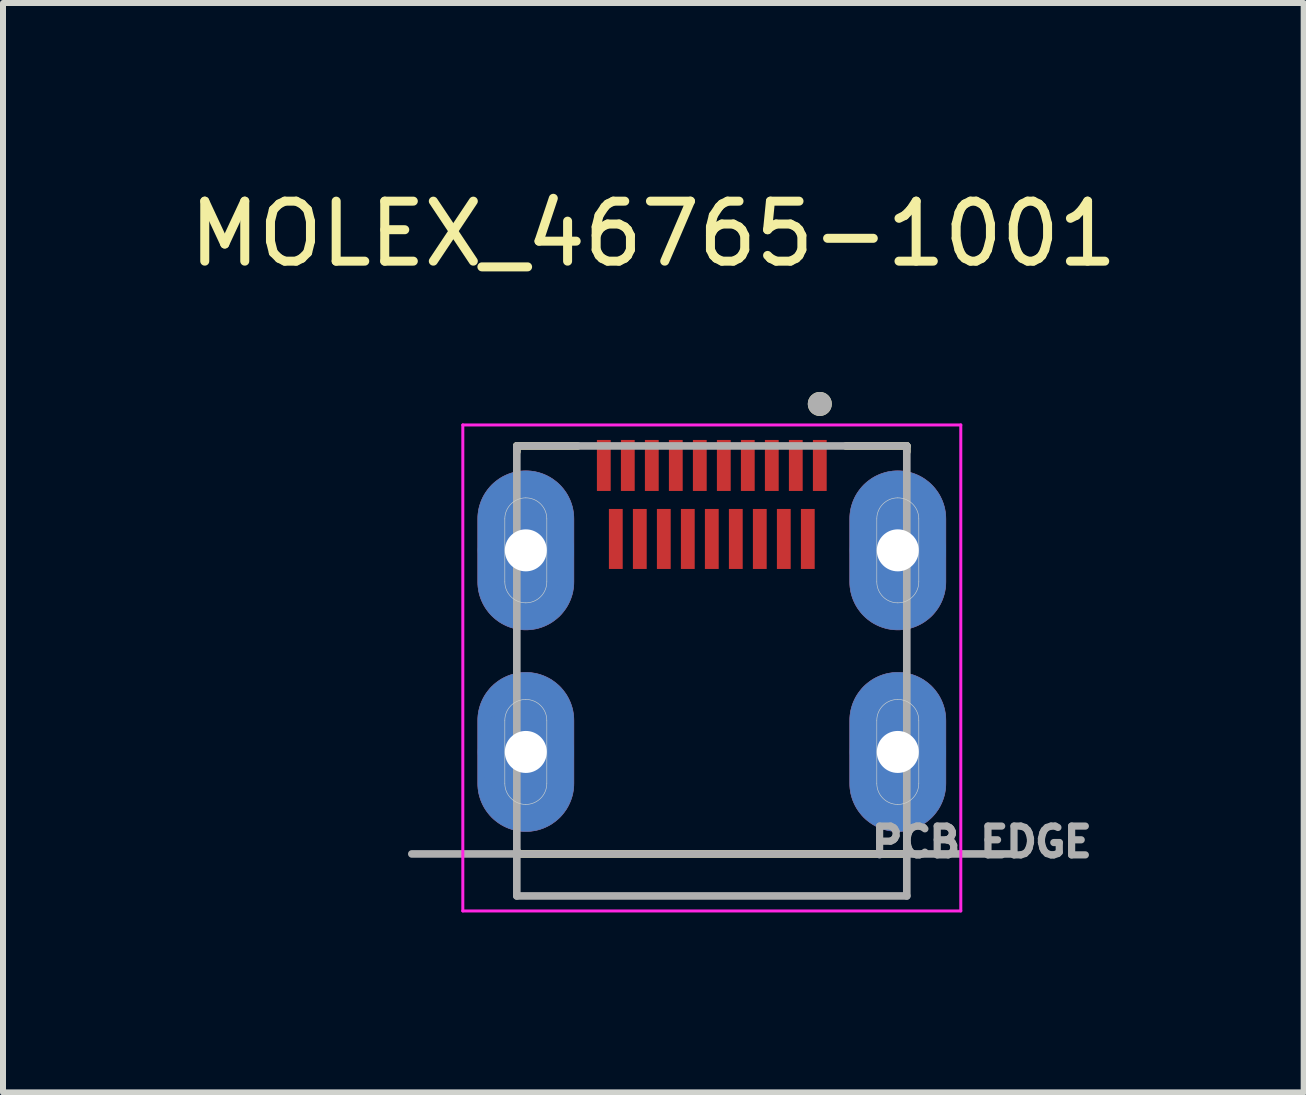
<source format=kicad_pcb>
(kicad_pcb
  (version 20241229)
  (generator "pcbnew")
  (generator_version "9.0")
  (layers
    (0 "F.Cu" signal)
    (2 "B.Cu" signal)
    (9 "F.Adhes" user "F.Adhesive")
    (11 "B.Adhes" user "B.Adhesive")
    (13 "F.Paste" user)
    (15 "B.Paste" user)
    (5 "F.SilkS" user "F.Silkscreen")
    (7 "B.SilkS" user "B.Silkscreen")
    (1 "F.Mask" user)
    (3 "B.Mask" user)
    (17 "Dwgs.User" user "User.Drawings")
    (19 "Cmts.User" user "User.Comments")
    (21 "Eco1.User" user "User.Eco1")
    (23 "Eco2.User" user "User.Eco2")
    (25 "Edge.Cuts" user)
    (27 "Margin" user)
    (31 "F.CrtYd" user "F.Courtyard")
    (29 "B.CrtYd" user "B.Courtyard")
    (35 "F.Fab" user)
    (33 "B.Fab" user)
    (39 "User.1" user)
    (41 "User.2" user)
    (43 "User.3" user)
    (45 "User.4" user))
  (footprint "MOLEX_46765-1001"
    (layer "F.Cu")
    (at 8.814 9.483)
    (property "Reference" "MOLEX_46765-1001" (at -0.975 -8.635 0) (layer "F.SilkS") (effects (font (size 1 1) (thickness 0.15))))
    (attr through_hole)
    (fp_poly (pts (xy -3.1 -2.035) (xy -3.142 -2.036) (xy -3.184 -2.039) (xy -3.225 -2.045) (xy -3.266 -2.052) (xy -3.307 -2.062) (xy -3.347 -2.074) (xy -3.387 -2.088) (xy -3.425 -2.104) (xy -3.463 -2.122) (xy -3.5 -2.142) (xy -3.536 -2.164) (xy -3.57 -2.188) (xy -3.603 -2.213) (xy -3.635 -2.24) (xy -3.666 -2.269) (xy -3.695 -2.3) (xy -3.722 -2.332) (xy -3.747 -2.365) (xy -3.771 -2.399) (xy -3.793 -2.435) (xy -3.813 -2.472) (xy -3.831 -2.51) (xy -3.847 -2.548) (xy -3.861 -2.588) (xy -3.873 -2.628) (xy -3.883 -2.669) (xy -3.89 -2.71) (xy -3.896 -2.751) (xy -3.899 -2.793) (xy -3.9 -2.835) (xy -3.9 -3.885) (xy -3.899 -3.927) (xy -3.896 -3.969) (xy -3.89 -4.01) (xy -3.883 -4.051) (xy -3.873 -4.092) (xy -3.861 -4.132) (xy -3.847 -4.172) (xy -3.831 -4.21) (xy -3.813 -4.248) (xy -3.793 -4.285) (xy -3.771 -4.321) (xy -3.747 -4.355) (xy -3.722 -4.388) (xy -3.695 -4.42) (xy -3.666 -4.451) (xy -3.635 -4.48) (xy -3.603 -4.507) (xy -3.57 -4.532) (xy -3.536 -4.556) (xy -3.5 -4.578) (xy -3.463 -4.598) (xy -3.425 -4.616) (xy -3.387 -4.632) (xy -3.347 -4.646) (xy -3.307 -4.658) (xy -3.266 -4.668) (xy -3.225 -4.675) (xy -3.184 -4.681) (xy -3.142 -4.684) (xy -3.1 -4.685) (xy -3.058 -4.684) (xy -3.016 -4.681) (xy -2.975 -4.675) (xy -2.934 -4.668) (xy -2.893 -4.658) (xy -2.853 -4.646) (xy -2.813 -4.632) (xy -2.775 -4.616) (xy -2.737 -4.598) (xy -2.7 -4.578) (xy -2.664 -4.556) (xy -2.63 -4.532) (xy -2.597 -4.507) (xy -2.565 -4.48) (xy -2.534 -4.451) (xy -2.505 -4.42) (xy -2.478 -4.388) (xy -2.453 -4.355) (xy -2.429 -4.321) (xy -2.407 -4.285) (xy -2.387 -4.248) (xy -2.369 -4.21) (xy -2.353 -4.172) (xy -2.339 -4.132) (xy -2.327 -4.092) (xy -2.317 -4.051) (xy -2.31 -4.01) (xy -2.304 -3.969) (xy -2.301 -3.927) (xy -2.3 -3.885) (xy -2.3 -2.835) (xy -2.301 -2.793) (xy -2.304 -2.751) (xy -2.31 -2.71) (xy -2.317 -2.669) (xy -2.327 -2.628) (xy -2.339 -2.588) (xy -2.353 -2.548) (xy -2.369 -2.51) (xy -2.387 -2.472) (xy -2.407 -2.435) (xy -2.429 -2.399) (xy -2.453 -2.365) (xy -2.478 -2.332) (xy -2.505 -2.3) (xy -2.534 -2.269) (xy -2.565 -2.24) (xy -2.597 -2.213) (xy -2.63 -2.188) (xy -2.664 -2.164) (xy -2.7 -2.142) (xy -2.737 -2.122) (xy -2.775 -2.104) (xy -2.813 -2.088) (xy -2.853 -2.074) (xy -2.893 -2.062) (xy -2.934 -2.052) (xy -2.975 -2.045) (xy -3.016 -2.039) (xy -3.058 -2.036) (xy -3.1 -2.035)) (stroke (width 0.01) (type solid)) (fill yes) (layer "F.Cu"))
    (fp_poly (pts (xy -3.1 1.325) (xy -3.142 1.324) (xy -3.184 1.321) (xy -3.225 1.315) (xy -3.266 1.308) (xy -3.307 1.298) (xy -3.347 1.286) (xy -3.387 1.272) (xy -3.425 1.256) (xy -3.463 1.238) (xy -3.5 1.218) (xy -3.536 1.196) (xy -3.57 1.172) (xy -3.603 1.147) (xy -3.635 1.12) (xy -3.666 1.091) (xy -3.695 1.06) (xy -3.722 1.028) (xy -3.747 0.995) (xy -3.771 0.961) (xy -3.793 0.925) (xy -3.813 0.888) (xy -3.831 0.85) (xy -3.847 0.812) (xy -3.861 0.772) (xy -3.873 0.732) (xy -3.883 0.691) (xy -3.89 0.65) (xy -3.896 0.609) (xy -3.899 0.567) (xy -3.9 0.525) (xy -3.9 -0.525) (xy -3.899 -0.567) (xy -3.896 -0.609) (xy -3.89 -0.65) (xy -3.883 -0.691) (xy -3.873 -0.732) (xy -3.861 -0.772) (xy -3.847 -0.812) (xy -3.831 -0.85) (xy -3.813 -0.888) (xy -3.793 -0.925) (xy -3.771 -0.961) (xy -3.747 -0.995) (xy -3.722 -1.028) (xy -3.695 -1.06) (xy -3.666 -1.091) (xy -3.635 -1.12) (xy -3.603 -1.147) (xy -3.57 -1.172) (xy -3.536 -1.196) (xy -3.5 -1.218) (xy -3.463 -1.238) (xy -3.425 -1.256) (xy -3.387 -1.272) (xy -3.347 -1.286) (xy -3.307 -1.298) (xy -3.266 -1.308) (xy -3.225 -1.315) (xy -3.184 -1.321) (xy -3.142 -1.324) (xy -3.1 -1.325) (xy -3.058 -1.324) (xy -3.016 -1.321) (xy -2.975 -1.315) (xy -2.934 -1.308) (xy -2.893 -1.298) (xy -2.853 -1.286) (xy -2.813 -1.272) (xy -2.775 -1.256) (xy -2.737 -1.238) (xy -2.7 -1.218) (xy -2.664 -1.196) (xy -2.63 -1.172) (xy -2.597 -1.147) (xy -2.565 -1.12) (xy -2.534 -1.091) (xy -2.505 -1.06) (xy -2.478 -1.028) (xy -2.453 -0.995) (xy -2.429 -0.961) (xy -2.407 -0.925) (xy -2.387 -0.888) (xy -2.369 -0.85) (xy -2.353 -0.812) (xy -2.339 -0.772) (xy -2.327 -0.732) (xy -2.317 -0.691) (xy -2.31 -0.65) (xy -2.304 -0.609) (xy -2.301 -0.567) (xy -2.3 -0.525) (xy -2.3 0.525) (xy -2.301 0.567) (xy -2.304 0.609) (xy -2.31 0.65) (xy -2.317 0.691) (xy -2.327 0.732) (xy -2.339 0.772) (xy -2.353 0.812) (xy -2.369 0.85) (xy -2.387 0.888) (xy -2.407 0.925) (xy -2.429 0.961) (xy -2.453 0.995) (xy -2.478 1.028) (xy -2.505 1.06) (xy -2.534 1.091) (xy -2.565 1.12) (xy -2.597 1.147) (xy -2.63 1.172) (xy -2.664 1.196) (xy -2.7 1.218) (xy -2.737 1.238) (xy -2.775 1.256) (xy -2.813 1.272) (xy -2.853 1.286) (xy -2.893 1.298) (xy -2.934 1.308) (xy -2.975 1.315) (xy -3.016 1.321) (xy -3.058 1.324) (xy -3.1 1.325)) (stroke (width 0.01) (type solid)) (fill yes) (layer "F.Cu"))
    (fp_poly (pts (xy 3.1 -2.035) (xy 3.058 -2.036) (xy 3.016 -2.039) (xy 2.975 -2.045) (xy 2.934 -2.052) (xy 2.893 -2.062) (xy 2.853 -2.074) (xy 2.813 -2.088) (xy 2.775 -2.104) (xy 2.737 -2.122) (xy 2.7 -2.142) (xy 2.664 -2.164) (xy 2.63 -2.188) (xy 2.597 -2.213) (xy 2.565 -2.24) (xy 2.534 -2.269) (xy 2.505 -2.3) (xy 2.478 -2.332) (xy 2.453 -2.365) (xy 2.429 -2.399) (xy 2.407 -2.435) (xy 2.387 -2.472) (xy 2.369 -2.51) (xy 2.353 -2.548) (xy 2.339 -2.588) (xy 2.327 -2.628) (xy 2.317 -2.669) (xy 2.31 -2.71) (xy 2.304 -2.751) (xy 2.301 -2.793) (xy 2.3 -2.835) (xy 2.3 -3.885) (xy 2.301 -3.927) (xy 2.304 -3.969) (xy 2.31 -4.01) (xy 2.317 -4.051) (xy 2.327 -4.092) (xy 2.339 -4.132) (xy 2.353 -4.172) (xy 2.369 -4.21) (xy 2.387 -4.248) (xy 2.407 -4.285) (xy 2.429 -4.321) (xy 2.453 -4.355) (xy 2.478 -4.388) (xy 2.505 -4.42) (xy 2.534 -4.451) (xy 2.565 -4.48) (xy 2.597 -4.507) (xy 2.63 -4.532) (xy 2.664 -4.556) (xy 2.7 -4.578) (xy 2.737 -4.598) (xy 2.775 -4.616) (xy 2.813 -4.632) (xy 2.853 -4.646) (xy 2.893 -4.658) (xy 2.934 -4.668) (xy 2.975 -4.675) (xy 3.016 -4.681) (xy 3.058 -4.684) (xy 3.1 -4.685) (xy 3.142 -4.684) (xy 3.184 -4.681) (xy 3.225 -4.675) (xy 3.266 -4.668) (xy 3.307 -4.658) (xy 3.347 -4.646) (xy 3.387 -4.632) (xy 3.425 -4.616) (xy 3.463 -4.598) (xy 3.5 -4.578) (xy 3.536 -4.556) (xy 3.57 -4.532) (xy 3.603 -4.507) (xy 3.635 -4.48) (xy 3.666 -4.451) (xy 3.695 -4.42) (xy 3.722 -4.388) (xy 3.747 -4.355) (xy 3.771 -4.321) (xy 3.793 -4.285) (xy 3.813 -4.248) (xy 3.831 -4.21) (xy 3.847 -4.172) (xy 3.861 -4.132) (xy 3.873 -4.092) (xy 3.883 -4.051) (xy 3.89 -4.01) (xy 3.896 -3.969) (xy 3.899 -3.927) (xy 3.9 -3.885) (xy 3.9 -2.835) (xy 3.899 -2.793) (xy 3.896 -2.751) (xy 3.89 -2.71) (xy 3.883 -2.669) (xy 3.873 -2.628) (xy 3.861 -2.588) (xy 3.847 -2.548) (xy 3.831 -2.51) (xy 3.813 -2.472) (xy 3.793 -2.435) (xy 3.771 -2.399) (xy 3.747 -2.365) (xy 3.722 -2.332) (xy 3.695 -2.3) (xy 3.666 -2.269) (xy 3.635 -2.24) (xy 3.603 -2.213) (xy 3.57 -2.188) (xy 3.536 -2.164) (xy 3.5 -2.142) (xy 3.463 -2.122) (xy 3.425 -2.104) (xy 3.387 -2.088) (xy 3.347 -2.074) (xy 3.307 -2.062) (xy 3.266 -2.052) (xy 3.225 -2.045) (xy 3.184 -2.039) (xy 3.142 -2.036) (xy 3.1 -2.035)) (stroke (width 0.01) (type solid)) (fill yes) (layer "F.Cu"))
    (fp_poly (pts (xy 3.1 1.325) (xy 3.058 1.324) (xy 3.016 1.321) (xy 2.975 1.315) (xy 2.934 1.308) (xy 2.893 1.298) (xy 2.853 1.286) (xy 2.813 1.272) (xy 2.775 1.256) (xy 2.737 1.238) (xy 2.7 1.218) (xy 2.664 1.196) (xy 2.63 1.172) (xy 2.597 1.147) (xy 2.565 1.12) (xy 2.534 1.091) (xy 2.505 1.06) (xy 2.478 1.028) (xy 2.453 0.995) (xy 2.429 0.961) (xy 2.407 0.925) (xy 2.387 0.888) (xy 2.369 0.85) (xy 2.353 0.812) (xy 2.339 0.772) (xy 2.327 0.732) (xy 2.317 0.691) (xy 2.31 0.65) (xy 2.304 0.609) (xy 2.301 0.567) (xy 2.3 0.525) (xy 2.3 -0.525) (xy 2.301 -0.567) (xy 2.304 -0.609) (xy 2.31 -0.65) (xy 2.317 -0.691) (xy 2.327 -0.732) (xy 2.339 -0.772) (xy 2.353 -0.812) (xy 2.369 -0.85) (xy 2.387 -0.888) (xy 2.407 -0.925) (xy 2.429 -0.961) (xy 2.453 -0.995) (xy 2.478 -1.028) (xy 2.505 -1.06) (xy 2.534 -1.091) (xy 2.565 -1.12) (xy 2.597 -1.147) (xy 2.63 -1.172) (xy 2.664 -1.196) (xy 2.7 -1.218) (xy 2.737 -1.238) (xy 2.775 -1.256) (xy 2.813 -1.272) (xy 2.853 -1.286) (xy 2.893 -1.298) (xy 2.934 -1.308) (xy 2.975 -1.315) (xy 3.016 -1.321) (xy 3.058 -1.324) (xy 3.1 -1.325) (xy 3.142 -1.324) (xy 3.184 -1.321) (xy 3.225 -1.315) (xy 3.266 -1.308) (xy 3.307 -1.298) (xy 3.347 -1.286) (xy 3.387 -1.272) (xy 3.425 -1.256) (xy 3.463 -1.238) (xy 3.5 -1.218) (xy 3.536 -1.196) (xy 3.57 -1.172) (xy 3.603 -1.147) (xy 3.635 -1.12) (xy 3.666 -1.091) (xy 3.695 -1.06) (xy 3.722 -1.028) (xy 3.747 -0.995) (xy 3.771 -0.961) (xy 3.793 -0.925) (xy 3.813 -0.888) (xy 3.831 -0.85) (xy 3.847 -0.812) (xy 3.861 -0.772) (xy 3.873 -0.732) (xy 3.883 -0.691) (xy 3.89 -0.65) (xy 3.896 -0.609) (xy 3.899 -0.567) (xy 3.9 -0.525) (xy 3.9 0.525) (xy 3.899 0.567) (xy 3.896 0.609) (xy 3.89 0.65) (xy 3.883 0.691) (xy 3.873 0.732) (xy 3.861 0.772) (xy 3.847 0.812) (xy 3.831 0.85) (xy 3.813 0.888) (xy 3.793 0.925) (xy 3.771 0.961) (xy 3.747 0.995) (xy 3.722 1.028) (xy 3.695 1.06) (xy 3.666 1.091) (xy 3.635 1.12) (xy 3.603 1.147) (xy 3.57 1.172) (xy 3.536 1.196) (xy 3.5 1.218) (xy 3.463 1.238) (xy 3.425 1.256) (xy 3.387 1.272) (xy 3.347 1.286) (xy 3.307 1.298) (xy 3.266 1.308) (xy 3.225 1.315) (xy 3.184 1.321) (xy 3.142 1.324) (xy 3.1 1.325)) (stroke (width 0.01) (type solid)) (fill yes) (layer "F.Cu"))
    (fp_poly (pts (xy -3.1 -1.935) (xy -3.147 -1.936) (xy -3.194 -1.94) (xy -3.241 -1.946) (xy -3.287 -1.955) (xy -3.333 -1.966) (xy -3.378 -1.979) (xy -3.423 -1.995) (xy -3.466 -2.013) (xy -3.509 -2.033) (xy -3.55 -2.056) (xy -3.59 -2.08) (xy -3.629 -2.107) (xy -3.666 -2.136) (xy -3.702 -2.166) (xy -3.736 -2.199) (xy -3.769 -2.233) (xy -3.799 -2.269) (xy -3.828 -2.306) (xy -3.855 -2.345) (xy -3.879 -2.385) (xy -3.902 -2.426) (xy -3.922 -2.469) (xy -3.94 -2.512) (xy -3.956 -2.557) (xy -3.969 -2.602) (xy -3.98 -2.648) (xy -3.989 -2.694) (xy -3.995 -2.741) (xy -3.999 -2.788) (xy -4 -2.835) (xy -4 -3.885) (xy -3.999 -3.932) (xy -3.995 -3.979) (xy -3.989 -4.026) (xy -3.98 -4.072) (xy -3.969 -4.118) (xy -3.956 -4.163) (xy -3.94 -4.208) (xy -3.922 -4.251) (xy -3.902 -4.294) (xy -3.879 -4.335) (xy -3.855 -4.375) (xy -3.828 -4.414) (xy -3.799 -4.451) (xy -3.769 -4.487) (xy -3.736 -4.521) (xy -3.702 -4.554) (xy -3.666 -4.584) (xy -3.629 -4.613) (xy -3.59 -4.64) (xy -3.55 -4.664) (xy -3.509 -4.687) (xy -3.466 -4.707) (xy -3.423 -4.725) (xy -3.378 -4.741) (xy -3.333 -4.754) (xy -3.287 -4.765) (xy -3.241 -4.774) (xy -3.194 -4.78) (xy -3.147 -4.784) (xy -3.1 -4.785) (xy -3.053 -4.784) (xy -3.006 -4.78) (xy -2.959 -4.774) (xy -2.913 -4.765) (xy -2.867 -4.754) (xy -2.822 -4.741) (xy -2.777 -4.725) (xy -2.734 -4.707) (xy -2.691 -4.687) (xy -2.65 -4.664) (xy -2.61 -4.64) (xy -2.571 -4.613) (xy -2.534 -4.584) (xy -2.498 -4.554) (xy -2.464 -4.521) (xy -2.431 -4.487) (xy -2.401 -4.451) (xy -2.372 -4.414) (xy -2.345 -4.375) (xy -2.321 -4.335) (xy -2.298 -4.294) (xy -2.278 -4.251) (xy -2.26 -4.208) (xy -2.244 -4.163) (xy -2.231 -4.118) (xy -2.22 -4.072) (xy -2.211 -4.026) (xy -2.205 -3.979) (xy -2.201 -3.932) (xy -2.2 -3.885) (xy -2.2 -2.835) (xy -2.201 -2.788) (xy -2.205 -2.741) (xy -2.211 -2.694) (xy -2.22 -2.648) (xy -2.231 -2.602) (xy -2.244 -2.557) (xy -2.26 -2.512) (xy -2.278 -2.469) (xy -2.298 -2.426) (xy -2.321 -2.385) (xy -2.345 -2.345) (xy -2.372 -2.306) (xy -2.401 -2.269) (xy -2.431 -2.233) (xy -2.464 -2.199) (xy -2.498 -2.166) (xy -2.534 -2.136) (xy -2.571 -2.107) (xy -2.61 -2.08) (xy -2.65 -2.056) (xy -2.691 -2.033) (xy -2.734 -2.013) (xy -2.777 -1.995) (xy -2.822 -1.979) (xy -2.867 -1.966) (xy -2.913 -1.955) (xy -2.959 -1.946) (xy -3.006 -1.94) (xy -3.053 -1.936) (xy -3.1 -1.935)) (stroke (width 0.01) (type solid)) (fill yes) (layer "F.Mask"))
    (fp_poly (pts (xy -3.1 1.425) (xy -3.147 1.424) (xy -3.194 1.42) (xy -3.241 1.414) (xy -3.287 1.405) (xy -3.333 1.394) (xy -3.378 1.381) (xy -3.423 1.365) (xy -3.466 1.347) (xy -3.509 1.327) (xy -3.55 1.304) (xy -3.59 1.28) (xy -3.629 1.253) (xy -3.666 1.224) (xy -3.702 1.194) (xy -3.736 1.161) (xy -3.769 1.127) (xy -3.799 1.091) (xy -3.828 1.054) (xy -3.855 1.015) (xy -3.879 0.975) (xy -3.902 0.934) (xy -3.922 0.891) (xy -3.94 0.848) (xy -3.956 0.803) (xy -3.969 0.758) (xy -3.98 0.712) (xy -3.989 0.666) (xy -3.995 0.619) (xy -3.999 0.572) (xy -4 0.525) (xy -4 -0.525) (xy -3.999 -0.572) (xy -3.995 -0.619) (xy -3.989 -0.666) (xy -3.98 -0.712) (xy -3.969 -0.758) (xy -3.956 -0.803) (xy -3.94 -0.848) (xy -3.922 -0.891) (xy -3.902 -0.934) (xy -3.879 -0.975) (xy -3.855 -1.015) (xy -3.828 -1.054) (xy -3.799 -1.091) (xy -3.769 -1.127) (xy -3.736 -1.161) (xy -3.702 -1.194) (xy -3.666 -1.224) (xy -3.629 -1.253) (xy -3.59 -1.28) (xy -3.55 -1.304) (xy -3.509 -1.327) (xy -3.466 -1.347) (xy -3.423 -1.365) (xy -3.378 -1.381) (xy -3.333 -1.394) (xy -3.287 -1.405) (xy -3.241 -1.414) (xy -3.194 -1.42) (xy -3.147 -1.424) (xy -3.1 -1.425) (xy -3.053 -1.424) (xy -3.006 -1.42) (xy -2.959 -1.414) (xy -2.913 -1.405) (xy -2.867 -1.394) (xy -2.822 -1.381) (xy -2.777 -1.365) (xy -2.734 -1.347) (xy -2.691 -1.327) (xy -2.65 -1.304) (xy -2.61 -1.28) (xy -2.571 -1.253) (xy -2.534 -1.224) (xy -2.498 -1.194) (xy -2.464 -1.161) (xy -2.431 -1.127) (xy -2.401 -1.091) (xy -2.372 -1.054) (xy -2.345 -1.015) (xy -2.321 -0.975) (xy -2.298 -0.934) (xy -2.278 -0.891) (xy -2.26 -0.848) (xy -2.244 -0.803) (xy -2.231 -0.758) (xy -2.22 -0.712) (xy -2.211 -0.666) (xy -2.205 -0.619) (xy -2.201 -0.572) (xy -2.2 -0.525) (xy -2.2 0.525) (xy -2.201 0.572) (xy -2.205 0.619) (xy -2.211 0.666) (xy -2.22 0.712) (xy -2.231 0.758) (xy -2.244 0.803) (xy -2.26 0.848) (xy -2.278 0.891) (xy -2.298 0.934) (xy -2.321 0.975) (xy -2.345 1.015) (xy -2.372 1.054) (xy -2.401 1.091) (xy -2.431 1.127) (xy -2.464 1.161) (xy -2.498 1.194) (xy -2.534 1.224) (xy -2.571 1.253) (xy -2.61 1.28) (xy -2.65 1.304) (xy -2.691 1.327) (xy -2.734 1.347) (xy -2.777 1.365) (xy -2.822 1.381) (xy -2.867 1.394) (xy -2.913 1.405) (xy -2.959 1.414) (xy -3.006 1.42) (xy -3.053 1.424) (xy -3.1 1.425)) (stroke (width 0.01) (type solid)) (fill yes) (layer "F.Mask"))
    (fp_poly (pts (xy 3.1 -1.935) (xy 3.053 -1.936) (xy 3.006 -1.94) (xy 2.959 -1.946) (xy 2.913 -1.955) (xy 2.867 -1.966) (xy 2.822 -1.979) (xy 2.777 -1.995) (xy 2.734 -2.013) (xy 2.691 -2.033) (xy 2.65 -2.056) (xy 2.61 -2.08) (xy 2.571 -2.107) (xy 2.534 -2.136) (xy 2.498 -2.166) (xy 2.464 -2.199) (xy 2.431 -2.233) (xy 2.401 -2.269) (xy 2.372 -2.306) (xy 2.345 -2.345) (xy 2.321 -2.385) (xy 2.298 -2.426) (xy 2.278 -2.469) (xy 2.26 -2.512) (xy 2.244 -2.557) (xy 2.231 -2.602) (xy 2.22 -2.648) (xy 2.211 -2.694) (xy 2.205 -2.741) (xy 2.201 -2.788) (xy 2.2 -2.835) (xy 2.2 -3.885) (xy 2.201 -3.932) (xy 2.205 -3.979) (xy 2.211 -4.026) (xy 2.22 -4.072) (xy 2.231 -4.118) (xy 2.244 -4.163) (xy 2.26 -4.208) (xy 2.278 -4.251) (xy 2.298 -4.294) (xy 2.321 -4.335) (xy 2.345 -4.375) (xy 2.372 -4.414) (xy 2.401 -4.451) (xy 2.431 -4.487) (xy 2.464 -4.521) (xy 2.498 -4.554) (xy 2.534 -4.584) (xy 2.571 -4.613) (xy 2.61 -4.64) (xy 2.65 -4.664) (xy 2.691 -4.687) (xy 2.734 -4.707) (xy 2.777 -4.725) (xy 2.822 -4.741) (xy 2.867 -4.754) (xy 2.913 -4.765) (xy 2.959 -4.774) (xy 3.006 -4.78) (xy 3.053 -4.784) (xy 3.1 -4.785) (xy 3.147 -4.784) (xy 3.194 -4.78) (xy 3.241 -4.774) (xy 3.287 -4.765) (xy 3.333 -4.754) (xy 3.378 -4.741) (xy 3.423 -4.725) (xy 3.466 -4.707) (xy 3.509 -4.687) (xy 3.55 -4.664) (xy 3.59 -4.64) (xy 3.629 -4.613) (xy 3.666 -4.584) (xy 3.702 -4.554) (xy 3.736 -4.521) (xy 3.769 -4.487) (xy 3.799 -4.451) (xy 3.828 -4.414) (xy 3.855 -4.375) (xy 3.879 -4.335) (xy 3.902 -4.294) (xy 3.922 -4.251) (xy 3.94 -4.208) (xy 3.956 -4.163) (xy 3.969 -4.118) (xy 3.98 -4.072) (xy 3.989 -4.026) (xy 3.995 -3.979) (xy 3.999 -3.932) (xy 4 -3.885) (xy 4 -2.835) (xy 3.999 -2.788) (xy 3.995 -2.741) (xy 3.989 -2.694) (xy 3.98 -2.648) (xy 3.969 -2.602) (xy 3.956 -2.557) (xy 3.94 -2.512) (xy 3.922 -2.469) (xy 3.902 -2.426) (xy 3.879 -2.385) (xy 3.855 -2.345) (xy 3.828 -2.306) (xy 3.799 -2.269) (xy 3.769 -2.233) (xy 3.736 -2.199) (xy 3.702 -2.166) (xy 3.666 -2.136) (xy 3.629 -2.107) (xy 3.59 -2.08) (xy 3.55 -2.056) (xy 3.509 -2.033) (xy 3.466 -2.013) (xy 3.423 -1.995) (xy 3.378 -1.979) (xy 3.333 -1.966) (xy 3.287 -1.955) (xy 3.241 -1.946) (xy 3.194 -1.94) (xy 3.147 -1.936) (xy 3.1 -1.935)) (stroke (width 0.01) (type solid)) (fill yes) (layer "F.Mask"))
    (fp_poly (pts (xy 3.1 1.425) (xy 3.053 1.424) (xy 3.006 1.42) (xy 2.959 1.414) (xy 2.913 1.405) (xy 2.867 1.394) (xy 2.822 1.381) (xy 2.777 1.365) (xy 2.734 1.347) (xy 2.691 1.327) (xy 2.65 1.304) (xy 2.61 1.28) (xy 2.571 1.253) (xy 2.534 1.224) (xy 2.498 1.194) (xy 2.464 1.161) (xy 2.431 1.127) (xy 2.401 1.091) (xy 2.372 1.054) (xy 2.345 1.015) (xy 2.321 0.975) (xy 2.298 0.934) (xy 2.278 0.891) (xy 2.26 0.848) (xy 2.244 0.803) (xy 2.231 0.758) (xy 2.22 0.712) (xy 2.211 0.666) (xy 2.205 0.619) (xy 2.201 0.572) (xy 2.2 0.525) (xy 2.2 -0.525) (xy 2.201 -0.572) (xy 2.205 -0.619) (xy 2.211 -0.666) (xy 2.22 -0.712) (xy 2.231 -0.758) (xy 2.244 -0.803) (xy 2.26 -0.848) (xy 2.278 -0.891) (xy 2.298 -0.934) (xy 2.321 -0.975) (xy 2.345 -1.015) (xy 2.372 -1.054) (xy 2.401 -1.091) (xy 2.431 -1.127) (xy 2.464 -1.161) (xy 2.498 -1.194) (xy 2.534 -1.224) (xy 2.571 -1.253) (xy 2.61 -1.28) (xy 2.65 -1.304) (xy 2.691 -1.327) (xy 2.734 -1.347) (xy 2.777 -1.365) (xy 2.822 -1.381) (xy 2.867 -1.394) (xy 2.913 -1.405) (xy 2.959 -1.414) (xy 3.006 -1.42) (xy 3.053 -1.424) (xy 3.1 -1.425) (xy 3.147 -1.424) (xy 3.194 -1.42) (xy 3.241 -1.414) (xy 3.287 -1.405) (xy 3.333 -1.394) (xy 3.378 -1.381) (xy 3.423 -1.365) (xy 3.466 -1.347) (xy 3.509 -1.327) (xy 3.55 -1.304) (xy 3.59 -1.28) (xy 3.629 -1.253) (xy 3.666 -1.224) (xy 3.702 -1.194) (xy 3.736 -1.161) (xy 3.769 -1.127) (xy 3.799 -1.091) (xy 3.828 -1.054) (xy 3.855 -1.015) (xy 3.879 -0.975) (xy 3.902 -0.934) (xy 3.922 -0.891) (xy 3.94 -0.848) (xy 3.956 -0.803) (xy 3.969 -0.758) (xy 3.98 -0.712) (xy 3.989 -0.666) (xy 3.995 -0.619) (xy 3.999 -0.572) (xy 4 -0.525) (xy 4 0.525) (xy 3.999 0.572) (xy 3.995 0.619) (xy 3.989 0.666) (xy 3.98 0.712) (xy 3.969 0.758) (xy 3.956 0.803) (xy 3.94 0.848) (xy 3.922 0.891) (xy 3.902 0.934) (xy 3.879 0.975) (xy 3.855 1.015) (xy 3.828 1.054) (xy 3.799 1.091) (xy 3.769 1.127) (xy 3.736 1.161) (xy 3.702 1.194) (xy 3.666 1.224) (xy 3.629 1.253) (xy 3.59 1.28) (xy 3.55 1.304) (xy 3.509 1.327) (xy 3.466 1.347) (xy 3.423 1.365) (xy 3.378 1.381) (xy 3.333 1.394) (xy 3.287 1.405) (xy 3.241 1.414) (xy 3.194 1.42) (xy 3.147 1.424) (xy 3.1 1.425)) (stroke (width 0.01) (type solid)) (fill yes) (layer "F.Mask"))
    (fp_poly (pts (xy -3.1 -2.035) (xy -3.142 -2.036) (xy -3.184 -2.039) (xy -3.225 -2.045) (xy -3.266 -2.052) (xy -3.307 -2.062) (xy -3.347 -2.074) (xy -3.387 -2.088) (xy -3.425 -2.104) (xy -3.463 -2.122) (xy -3.5 -2.142) (xy -3.536 -2.164) (xy -3.57 -2.188) (xy -3.603 -2.213) (xy -3.635 -2.24) (xy -3.666 -2.269) (xy -3.695 -2.3) (xy -3.722 -2.332) (xy -3.747 -2.365) (xy -3.771 -2.399) (xy -3.793 -2.435) (xy -3.813 -2.472) (xy -3.831 -2.51) (xy -3.847 -2.548) (xy -3.861 -2.588) (xy -3.873 -2.628) (xy -3.883 -2.669) (xy -3.89 -2.71) (xy -3.896 -2.751) (xy -3.899 -2.793) (xy -3.9 -2.835) (xy -3.9 -3.885) (xy -3.899 -3.927) (xy -3.896 -3.969) (xy -3.89 -4.01) (xy -3.883 -4.051) (xy -3.873 -4.092) (xy -3.861 -4.132) (xy -3.847 -4.172) (xy -3.831 -4.21) (xy -3.813 -4.248) (xy -3.793 -4.285) (xy -3.771 -4.321) (xy -3.747 -4.355) (xy -3.722 -4.388) (xy -3.695 -4.42) (xy -3.666 -4.451) (xy -3.635 -4.48) (xy -3.603 -4.507) (xy -3.57 -4.532) (xy -3.536 -4.556) (xy -3.5 -4.578) (xy -3.463 -4.598) (xy -3.425 -4.616) (xy -3.387 -4.632) (xy -3.347 -4.646) (xy -3.307 -4.658) (xy -3.266 -4.668) (xy -3.225 -4.675) (xy -3.184 -4.681) (xy -3.142 -4.684) (xy -3.1 -4.685) (xy -3.058 -4.684) (xy -3.016 -4.681) (xy -2.975 -4.675) (xy -2.934 -4.668) (xy -2.893 -4.658) (xy -2.853 -4.646) (xy -2.813 -4.632) (xy -2.775 -4.616) (xy -2.737 -4.598) (xy -2.7 -4.578) (xy -2.664 -4.556) (xy -2.63 -4.532) (xy -2.597 -4.507) (xy -2.565 -4.48) (xy -2.534 -4.451) (xy -2.505 -4.42) (xy -2.478 -4.388) (xy -2.453 -4.355) (xy -2.429 -4.321) (xy -2.407 -4.285) (xy -2.387 -4.248) (xy -2.369 -4.21) (xy -2.353 -4.172) (xy -2.339 -4.132) (xy -2.327 -4.092) (xy -2.317 -4.051) (xy -2.31 -4.01) (xy -2.304 -3.969) (xy -2.301 -3.927) (xy -2.3 -3.885) (xy -2.3 -2.835) (xy -2.301 -2.793) (xy -2.304 -2.751) (xy -2.31 -2.71) (xy -2.317 -2.669) (xy -2.327 -2.628) (xy -2.339 -2.588) (xy -2.353 -2.548) (xy -2.369 -2.51) (xy -2.387 -2.472) (xy -2.407 -2.435) (xy -2.429 -2.399) (xy -2.453 -2.365) (xy -2.478 -2.332) (xy -2.505 -2.3) (xy -2.534 -2.269) (xy -2.565 -2.24) (xy -2.597 -2.213) (xy -2.63 -2.188) (xy -2.664 -2.164) (xy -2.7 -2.142) (xy -2.737 -2.122) (xy -2.775 -2.104) (xy -2.813 -2.088) (xy -2.853 -2.074) (xy -2.893 -2.062) (xy -2.934 -2.052) (xy -2.975 -2.045) (xy -3.016 -2.039) (xy -3.058 -2.036) (xy -3.1 -2.035)) (stroke (width 0.01) (type solid)) (fill yes) (layer "B.Cu"))
    (fp_poly (pts (xy -3.1 1.325) (xy -3.142 1.324) (xy -3.184 1.321) (xy -3.225 1.315) (xy -3.266 1.308) (xy -3.307 1.298) (xy -3.347 1.286) (xy -3.387 1.272) (xy -3.425 1.256) (xy -3.463 1.238) (xy -3.5 1.218) (xy -3.536 1.196) (xy -3.57 1.172) (xy -3.603 1.147) (xy -3.635 1.12) (xy -3.666 1.091) (xy -3.695 1.06) (xy -3.722 1.028) (xy -3.747 0.995) (xy -3.771 0.961) (xy -3.793 0.925) (xy -3.813 0.888) (xy -3.831 0.85) (xy -3.847 0.812) (xy -3.861 0.772) (xy -3.873 0.732) (xy -3.883 0.691) (xy -3.89 0.65) (xy -3.896 0.609) (xy -3.899 0.567) (xy -3.9 0.525) (xy -3.9 -0.525) (xy -3.899 -0.567) (xy -3.896 -0.609) (xy -3.89 -0.65) (xy -3.883 -0.691) (xy -3.873 -0.732) (xy -3.861 -0.772) (xy -3.847 -0.812) (xy -3.831 -0.85) (xy -3.813 -0.888) (xy -3.793 -0.925) (xy -3.771 -0.961) (xy -3.747 -0.995) (xy -3.722 -1.028) (xy -3.695 -1.06) (xy -3.666 -1.091) (xy -3.635 -1.12) (xy -3.603 -1.147) (xy -3.57 -1.172) (xy -3.536 -1.196) (xy -3.5 -1.218) (xy -3.463 -1.238) (xy -3.425 -1.256) (xy -3.387 -1.272) (xy -3.347 -1.286) (xy -3.307 -1.298) (xy -3.266 -1.308) (xy -3.225 -1.315) (xy -3.184 -1.321) (xy -3.142 -1.324) (xy -3.1 -1.325) (xy -3.058 -1.324) (xy -3.016 -1.321) (xy -2.975 -1.315) (xy -2.934 -1.308) (xy -2.893 -1.298) (xy -2.853 -1.286) (xy -2.813 -1.272) (xy -2.775 -1.256) (xy -2.737 -1.238) (xy -2.7 -1.218) (xy -2.664 -1.196) (xy -2.63 -1.172) (xy -2.597 -1.147) (xy -2.565 -1.12) (xy -2.534 -1.091) (xy -2.505 -1.06) (xy -2.478 -1.028) (xy -2.453 -0.995) (xy -2.429 -0.961) (xy -2.407 -0.925) (xy -2.387 -0.888) (xy -2.369 -0.85) (xy -2.353 -0.812) (xy -2.339 -0.772) (xy -2.327 -0.732) (xy -2.317 -0.691) (xy -2.31 -0.65) (xy -2.304 -0.609) (xy -2.301 -0.567) (xy -2.3 -0.525) (xy -2.3 0.525) (xy -2.301 0.567) (xy -2.304 0.609) (xy -2.31 0.65) (xy -2.317 0.691) (xy -2.327 0.732) (xy -2.339 0.772) (xy -2.353 0.812) (xy -2.369 0.85) (xy -2.387 0.888) (xy -2.407 0.925) (xy -2.429 0.961) (xy -2.453 0.995) (xy -2.478 1.028) (xy -2.505 1.06) (xy -2.534 1.091) (xy -2.565 1.12) (xy -2.597 1.147) (xy -2.63 1.172) (xy -2.664 1.196) (xy -2.7 1.218) (xy -2.737 1.238) (xy -2.775 1.256) (xy -2.813 1.272) (xy -2.853 1.286) (xy -2.893 1.298) (xy -2.934 1.308) (xy -2.975 1.315) (xy -3.016 1.321) (xy -3.058 1.324) (xy -3.1 1.325)) (stroke (width 0.01) (type solid)) (fill yes) (layer "B.Cu"))
    (fp_poly (pts (xy 3.1 -2.035) (xy 3.058 -2.036) (xy 3.016 -2.039) (xy 2.975 -2.045) (xy 2.934 -2.052) (xy 2.893 -2.062) (xy 2.853 -2.074) (xy 2.813 -2.088) (xy 2.775 -2.104) (xy 2.737 -2.122) (xy 2.7 -2.142) (xy 2.664 -2.164) (xy 2.63 -2.188) (xy 2.597 -2.213) (xy 2.565 -2.24) (xy 2.534 -2.269) (xy 2.505 -2.3) (xy 2.478 -2.332) (xy 2.453 -2.365) (xy 2.429 -2.399) (xy 2.407 -2.435) (xy 2.387 -2.472) (xy 2.369 -2.51) (xy 2.353 -2.548) (xy 2.339 -2.588) (xy 2.327 -2.628) (xy 2.317 -2.669) (xy 2.31 -2.71) (xy 2.304 -2.751) (xy 2.301 -2.793) (xy 2.3 -2.835) (xy 2.3 -3.885) (xy 2.301 -3.927) (xy 2.304 -3.969) (xy 2.31 -4.01) (xy 2.317 -4.051) (xy 2.327 -4.092) (xy 2.339 -4.132) (xy 2.353 -4.172) (xy 2.369 -4.21) (xy 2.387 -4.248) (xy 2.407 -4.285) (xy 2.429 -4.321) (xy 2.453 -4.355) (xy 2.478 -4.388) (xy 2.505 -4.42) (xy 2.534 -4.451) (xy 2.565 -4.48) (xy 2.597 -4.507) (xy 2.63 -4.532) (xy 2.664 -4.556) (xy 2.7 -4.578) (xy 2.737 -4.598) (xy 2.775 -4.616) (xy 2.813 -4.632) (xy 2.853 -4.646) (xy 2.893 -4.658) (xy 2.934 -4.668) (xy 2.975 -4.675) (xy 3.016 -4.681) (xy 3.058 -4.684) (xy 3.1 -4.685) (xy 3.142 -4.684) (xy 3.184 -4.681) (xy 3.225 -4.675) (xy 3.266 -4.668) (xy 3.307 -4.658) (xy 3.347 -4.646) (xy 3.387 -4.632) (xy 3.425 -4.616) (xy 3.463 -4.598) (xy 3.5 -4.578) (xy 3.536 -4.556) (xy 3.57 -4.532) (xy 3.603 -4.507) (xy 3.635 -4.48) (xy 3.666 -4.451) (xy 3.695 -4.42) (xy 3.722 -4.388) (xy 3.747 -4.355) (xy 3.771 -4.321) (xy 3.793 -4.285) (xy 3.813 -4.248) (xy 3.831 -4.21) (xy 3.847 -4.172) (xy 3.861 -4.132) (xy 3.873 -4.092) (xy 3.883 -4.051) (xy 3.89 -4.01) (xy 3.896 -3.969) (xy 3.899 -3.927) (xy 3.9 -3.885) (xy 3.9 -2.835) (xy 3.899 -2.793) (xy 3.896 -2.751) (xy 3.89 -2.71) (xy 3.883 -2.669) (xy 3.873 -2.628) (xy 3.861 -2.588) (xy 3.847 -2.548) (xy 3.831 -2.51) (xy 3.813 -2.472) (xy 3.793 -2.435) (xy 3.771 -2.399) (xy 3.747 -2.365) (xy 3.722 -2.332) (xy 3.695 -2.3) (xy 3.666 -2.269) (xy 3.635 -2.24) (xy 3.603 -2.213) (xy 3.57 -2.188) (xy 3.536 -2.164) (xy 3.5 -2.142) (xy 3.463 -2.122) (xy 3.425 -2.104) (xy 3.387 -2.088) (xy 3.347 -2.074) (xy 3.307 -2.062) (xy 3.266 -2.052) (xy 3.225 -2.045) (xy 3.184 -2.039) (xy 3.142 -2.036) (xy 3.1 -2.035)) (stroke (width 0.01) (type solid)) (fill yes) (layer "B.Cu"))
    (fp_poly (pts (xy 3.1 1.325) (xy 3.058 1.324) (xy 3.016 1.321) (xy 2.975 1.315) (xy 2.934 1.308) (xy 2.893 1.298) (xy 2.853 1.286) (xy 2.813 1.272) (xy 2.775 1.256) (xy 2.737 1.238) (xy 2.7 1.218) (xy 2.664 1.196) (xy 2.63 1.172) (xy 2.597 1.147) (xy 2.565 1.12) (xy 2.534 1.091) (xy 2.505 1.06) (xy 2.478 1.028) (xy 2.453 0.995) (xy 2.429 0.961) (xy 2.407 0.925) (xy 2.387 0.888) (xy 2.369 0.85) (xy 2.353 0.812) (xy 2.339 0.772) (xy 2.327 0.732) (xy 2.317 0.691) (xy 2.31 0.65) (xy 2.304 0.609) (xy 2.301 0.567) (xy 2.3 0.525) (xy 2.3 -0.525) (xy 2.301 -0.567) (xy 2.304 -0.609) (xy 2.31 -0.65) (xy 2.317 -0.691) (xy 2.327 -0.732) (xy 2.339 -0.772) (xy 2.353 -0.812) (xy 2.369 -0.85) (xy 2.387 -0.888) (xy 2.407 -0.925) (xy 2.429 -0.961) (xy 2.453 -0.995) (xy 2.478 -1.028) (xy 2.505 -1.06) (xy 2.534 -1.091) (xy 2.565 -1.12) (xy 2.597 -1.147) (xy 2.63 -1.172) (xy 2.664 -1.196) (xy 2.7 -1.218) (xy 2.737 -1.238) (xy 2.775 -1.256) (xy 2.813 -1.272) (xy 2.853 -1.286) (xy 2.893 -1.298) (xy 2.934 -1.308) (xy 2.975 -1.315) (xy 3.016 -1.321) (xy 3.058 -1.324) (xy 3.1 -1.325) (xy 3.142 -1.324) (xy 3.184 -1.321) (xy 3.225 -1.315) (xy 3.266 -1.308) (xy 3.307 -1.298) (xy 3.347 -1.286) (xy 3.387 -1.272) (xy 3.425 -1.256) (xy 3.463 -1.238) (xy 3.5 -1.218) (xy 3.536 -1.196) (xy 3.57 -1.172) (xy 3.603 -1.147) (xy 3.635 -1.12) (xy 3.666 -1.091) (xy 3.695 -1.06) (xy 3.722 -1.028) (xy 3.747 -0.995) (xy 3.771 -0.961) (xy 3.793 -0.925) (xy 3.813 -0.888) (xy 3.831 -0.85) (xy 3.847 -0.812) (xy 3.861 -0.772) (xy 3.873 -0.732) (xy 3.883 -0.691) (xy 3.89 -0.65) (xy 3.896 -0.609) (xy 3.899 -0.567) (xy 3.9 -0.525) (xy 3.9 0.525) (xy 3.899 0.567) (xy 3.896 0.609) (xy 3.89 0.65) (xy 3.883 0.691) (xy 3.873 0.732) (xy 3.861 0.772) (xy 3.847 0.812) (xy 3.831 0.85) (xy 3.813 0.888) (xy 3.793 0.925) (xy 3.771 0.961) (xy 3.747 0.995) (xy 3.722 1.028) (xy 3.695 1.06) (xy 3.666 1.091) (xy 3.635 1.12) (xy 3.603 1.147) (xy 3.57 1.172) (xy 3.536 1.196) (xy 3.5 1.218) (xy 3.463 1.238) (xy 3.425 1.256) (xy 3.387 1.272) (xy 3.347 1.286) (xy 3.307 1.298) (xy 3.266 1.308) (xy 3.225 1.315) (xy 3.184 1.321) (xy 3.142 1.324) (xy 3.1 1.325)) (stroke (width 0.01) (type solid)) (fill yes) (layer "B.Cu"))
    (fp_poly (pts (xy -3.1 -1.935) (xy -3.147 -1.936) (xy -3.194 -1.94) (xy -3.241 -1.946) (xy -3.287 -1.955) (xy -3.333 -1.966) (xy -3.378 -1.979) (xy -3.423 -1.995) (xy -3.466 -2.013) (xy -3.509 -2.033) (xy -3.55 -2.056) (xy -3.59 -2.08) (xy -3.629 -2.107) (xy -3.666 -2.136) (xy -3.702 -2.166) (xy -3.736 -2.199) (xy -3.769 -2.233) (xy -3.799 -2.269) (xy -3.828 -2.306) (xy -3.855 -2.345) (xy -3.879 -2.385) (xy -3.902 -2.426) (xy -3.922 -2.469) (xy -3.94 -2.512) (xy -3.956 -2.557) (xy -3.969 -2.602) (xy -3.98 -2.648) (xy -3.989 -2.694) (xy -3.995 -2.741) (xy -3.999 -2.788) (xy -4 -2.835) (xy -4 -3.885) (xy -3.999 -3.932) (xy -3.995 -3.979) (xy -3.989 -4.026) (xy -3.98 -4.072) (xy -3.969 -4.118) (xy -3.956 -4.163) (xy -3.94 -4.208) (xy -3.922 -4.251) (xy -3.902 -4.294) (xy -3.879 -4.335) (xy -3.855 -4.375) (xy -3.828 -4.414) (xy -3.799 -4.451) (xy -3.769 -4.487) (xy -3.736 -4.521) (xy -3.702 -4.554) (xy -3.666 -4.584) (xy -3.629 -4.613) (xy -3.59 -4.64) (xy -3.55 -4.664) (xy -3.509 -4.687) (xy -3.466 -4.707) (xy -3.423 -4.725) (xy -3.378 -4.741) (xy -3.333 -4.754) (xy -3.287 -4.765) (xy -3.241 -4.774) (xy -3.194 -4.78) (xy -3.147 -4.784) (xy -3.1 -4.785) (xy -3.053 -4.784) (xy -3.006 -4.78) (xy -2.959 -4.774) (xy -2.913 -4.765) (xy -2.867 -4.754) (xy -2.822 -4.741) (xy -2.777 -4.725) (xy -2.734 -4.707) (xy -2.691 -4.687) (xy -2.65 -4.664) (xy -2.61 -4.64) (xy -2.571 -4.613) (xy -2.534 -4.584) (xy -2.498 -4.554) (xy -2.464 -4.521) (xy -2.431 -4.487) (xy -2.401 -4.451) (xy -2.372 -4.414) (xy -2.345 -4.375) (xy -2.321 -4.335) (xy -2.298 -4.294) (xy -2.278 -4.251) (xy -2.26 -4.208) (xy -2.244 -4.163) (xy -2.231 -4.118) (xy -2.22 -4.072) (xy -2.211 -4.026) (xy -2.205 -3.979) (xy -2.201 -3.932) (xy -2.2 -3.885) (xy -2.2 -2.835) (xy -2.201 -2.788) (xy -2.205 -2.741) (xy -2.211 -2.694) (xy -2.22 -2.648) (xy -2.231 -2.602) (xy -2.244 -2.557) (xy -2.26 -2.512) (xy -2.278 -2.469) (xy -2.298 -2.426) (xy -2.321 -2.385) (xy -2.345 -2.345) (xy -2.372 -2.306) (xy -2.401 -2.269) (xy -2.431 -2.233) (xy -2.464 -2.199) (xy -2.498 -2.166) (xy -2.534 -2.136) (xy -2.571 -2.107) (xy -2.61 -2.08) (xy -2.65 -2.056) (xy -2.691 -2.033) (xy -2.734 -2.013) (xy -2.777 -1.995) (xy -2.822 -1.979) (xy -2.867 -1.966) (xy -2.913 -1.955) (xy -2.959 -1.946) (xy -3.006 -1.94) (xy -3.053 -1.936) (xy -3.1 -1.935)) (stroke (width 0.01) (type solid)) (fill yes) (layer "B.Mask"))
    (fp_poly (pts (xy -3.1 1.425) (xy -3.147 1.424) (xy -3.194 1.42) (xy -3.241 1.414) (xy -3.287 1.405) (xy -3.333 1.394) (xy -3.378 1.381) (xy -3.423 1.365) (xy -3.466 1.347) (xy -3.509 1.327) (xy -3.55 1.304) (xy -3.59 1.28) (xy -3.629 1.253) (xy -3.666 1.224) (xy -3.702 1.194) (xy -3.736 1.161) (xy -3.769 1.127) (xy -3.799 1.091) (xy -3.828 1.054) (xy -3.855 1.015) (xy -3.879 0.975) (xy -3.902 0.934) (xy -3.922 0.891) (xy -3.94 0.848) (xy -3.956 0.803) (xy -3.969 0.758) (xy -3.98 0.712) (xy -3.989 0.666) (xy -3.995 0.619) (xy -3.999 0.572) (xy -4 0.525) (xy -4 -0.525) (xy -3.999 -0.572) (xy -3.995 -0.619) (xy -3.989 -0.666) (xy -3.98 -0.712) (xy -3.969 -0.758) (xy -3.956 -0.803) (xy -3.94 -0.848) (xy -3.922 -0.891) (xy -3.902 -0.934) (xy -3.879 -0.975) (xy -3.855 -1.015) (xy -3.828 -1.054) (xy -3.799 -1.091) (xy -3.769 -1.127) (xy -3.736 -1.161) (xy -3.702 -1.194) (xy -3.666 -1.224) (xy -3.629 -1.253) (xy -3.59 -1.28) (xy -3.55 -1.304) (xy -3.509 -1.327) (xy -3.466 -1.347) (xy -3.423 -1.365) (xy -3.378 -1.381) (xy -3.333 -1.394) (xy -3.287 -1.405) (xy -3.241 -1.414) (xy -3.194 -1.42) (xy -3.147 -1.424) (xy -3.1 -1.425) (xy -3.053 -1.424) (xy -3.006 -1.42) (xy -2.959 -1.414) (xy -2.913 -1.405) (xy -2.867 -1.394) (xy -2.822 -1.381) (xy -2.777 -1.365) (xy -2.734 -1.347) (xy -2.691 -1.327) (xy -2.65 -1.304) (xy -2.61 -1.28) (xy -2.571 -1.253) (xy -2.534 -1.224) (xy -2.498 -1.194) (xy -2.464 -1.161) (xy -2.431 -1.127) (xy -2.401 -1.091) (xy -2.372 -1.054) (xy -2.345 -1.015) (xy -2.321 -0.975) (xy -2.298 -0.934) (xy -2.278 -0.891) (xy -2.26 -0.848) (xy -2.244 -0.803) (xy -2.231 -0.758) (xy -2.22 -0.712) (xy -2.211 -0.666) (xy -2.205 -0.619) (xy -2.201 -0.572) (xy -2.2 -0.525) (xy -2.2 0.525) (xy -2.201 0.572) (xy -2.205 0.619) (xy -2.211 0.666) (xy -2.22 0.712) (xy -2.231 0.758) (xy -2.244 0.803) (xy -2.26 0.848) (xy -2.278 0.891) (xy -2.298 0.934) (xy -2.321 0.975) (xy -2.345 1.015) (xy -2.372 1.054) (xy -2.401 1.091) (xy -2.431 1.127) (xy -2.464 1.161) (xy -2.498 1.194) (xy -2.534 1.224) (xy -2.571 1.253) (xy -2.61 1.28) (xy -2.65 1.304) (xy -2.691 1.327) (xy -2.734 1.347) (xy -2.777 1.365) (xy -2.822 1.381) (xy -2.867 1.394) (xy -2.913 1.405) (xy -2.959 1.414) (xy -3.006 1.42) (xy -3.053 1.424) (xy -3.1 1.425)) (stroke (width 0.01) (type solid)) (fill yes) (layer "B.Mask"))
    (fp_poly (pts (xy 3.1 -1.935) (xy 3.053 -1.936) (xy 3.006 -1.94) (xy 2.959 -1.946) (xy 2.913 -1.955) (xy 2.867 -1.966) (xy 2.822 -1.979) (xy 2.777 -1.995) (xy 2.734 -2.013) (xy 2.691 -2.033) (xy 2.65 -2.056) (xy 2.61 -2.08) (xy 2.571 -2.107) (xy 2.534 -2.136) (xy 2.498 -2.166) (xy 2.464 -2.199) (xy 2.431 -2.233) (xy 2.401 -2.269) (xy 2.372 -2.306) (xy 2.345 -2.345) (xy 2.321 -2.385) (xy 2.298 -2.426) (xy 2.278 -2.469) (xy 2.26 -2.512) (xy 2.244 -2.557) (xy 2.231 -2.602) (xy 2.22 -2.648) (xy 2.211 -2.694) (xy 2.205 -2.741) (xy 2.201 -2.788) (xy 2.2 -2.835) (xy 2.2 -3.885) (xy 2.201 -3.932) (xy 2.205 -3.979) (xy 2.211 -4.026) (xy 2.22 -4.072) (xy 2.231 -4.118) (xy 2.244 -4.163) (xy 2.26 -4.208) (xy 2.278 -4.251) (xy 2.298 -4.294) (xy 2.321 -4.335) (xy 2.345 -4.375) (xy 2.372 -4.414) (xy 2.401 -4.451) (xy 2.431 -4.487) (xy 2.464 -4.521) (xy 2.498 -4.554) (xy 2.534 -4.584) (xy 2.571 -4.613) (xy 2.61 -4.64) (xy 2.65 -4.664) (xy 2.691 -4.687) (xy 2.734 -4.707) (xy 2.777 -4.725) (xy 2.822 -4.741) (xy 2.867 -4.754) (xy 2.913 -4.765) (xy 2.959 -4.774) (xy 3.006 -4.78) (xy 3.053 -4.784) (xy 3.1 -4.785) (xy 3.147 -4.784) (xy 3.194 -4.78) (xy 3.241 -4.774) (xy 3.287 -4.765) (xy 3.333 -4.754) (xy 3.378 -4.741) (xy 3.423 -4.725) (xy 3.466 -4.707) (xy 3.509 -4.687) (xy 3.55 -4.664) (xy 3.59 -4.64) (xy 3.629 -4.613) (xy 3.666 -4.584) (xy 3.702 -4.554) (xy 3.736 -4.521) (xy 3.769 -4.487) (xy 3.799 -4.451) (xy 3.828 -4.414) (xy 3.855 -4.375) (xy 3.879 -4.335) (xy 3.902 -4.294) (xy 3.922 -4.251) (xy 3.94 -4.208) (xy 3.956 -4.163) (xy 3.969 -4.118) (xy 3.98 -4.072) (xy 3.989 -4.026) (xy 3.995 -3.979) (xy 3.999 -3.932) (xy 4 -3.885) (xy 4 -2.835) (xy 3.999 -2.788) (xy 3.995 -2.741) (xy 3.989 -2.694) (xy 3.98 -2.648) (xy 3.969 -2.602) (xy 3.956 -2.557) (xy 3.94 -2.512) (xy 3.922 -2.469) (xy 3.902 -2.426) (xy 3.879 -2.385) (xy 3.855 -2.345) (xy 3.828 -2.306) (xy 3.799 -2.269) (xy 3.769 -2.233) (xy 3.736 -2.199) (xy 3.702 -2.166) (xy 3.666 -2.136) (xy 3.629 -2.107) (xy 3.59 -2.08) (xy 3.55 -2.056) (xy 3.509 -2.033) (xy 3.466 -2.013) (xy 3.423 -1.995) (xy 3.378 -1.979) (xy 3.333 -1.966) (xy 3.287 -1.955) (xy 3.241 -1.946) (xy 3.194 -1.94) (xy 3.147 -1.936) (xy 3.1 -1.935)) (stroke (width 0.01) (type solid)) (fill yes) (layer "B.Mask"))
    (fp_poly (pts (xy 3.1 1.425) (xy 3.053 1.424) (xy 3.006 1.42) (xy 2.959 1.414) (xy 2.913 1.405) (xy 2.867 1.394) (xy 2.822 1.381) (xy 2.777 1.365) (xy 2.734 1.347) (xy 2.691 1.327) (xy 2.65 1.304) (xy 2.61 1.28) (xy 2.571 1.253) (xy 2.534 1.224) (xy 2.498 1.194) (xy 2.464 1.161) (xy 2.431 1.127) (xy 2.401 1.091) (xy 2.372 1.054) (xy 2.345 1.015) (xy 2.321 0.975) (xy 2.298 0.934) (xy 2.278 0.891) (xy 2.26 0.848) (xy 2.244 0.803) (xy 2.231 0.758) (xy 2.22 0.712) (xy 2.211 0.666) (xy 2.205 0.619) (xy 2.201 0.572) (xy 2.2 0.525) (xy 2.2 -0.525) (xy 2.201 -0.572) (xy 2.205 -0.619) (xy 2.211 -0.666) (xy 2.22 -0.712) (xy 2.231 -0.758) (xy 2.244 -0.803) (xy 2.26 -0.848) (xy 2.278 -0.891) (xy 2.298 -0.934) (xy 2.321 -0.975) (xy 2.345 -1.015) (xy 2.372 -1.054) (xy 2.401 -1.091) (xy 2.431 -1.127) (xy 2.464 -1.161) (xy 2.498 -1.194) (xy 2.534 -1.224) (xy 2.571 -1.253) (xy 2.61 -1.28) (xy 2.65 -1.304) (xy 2.691 -1.327) (xy 2.734 -1.347) (xy 2.777 -1.365) (xy 2.822 -1.381) (xy 2.867 -1.394) (xy 2.913 -1.405) (xy 2.959 -1.414) (xy 3.006 -1.42) (xy 3.053 -1.424) (xy 3.1 -1.425) (xy 3.147 -1.424) (xy 3.194 -1.42) (xy 3.241 -1.414) (xy 3.287 -1.405) (xy 3.333 -1.394) (xy 3.378 -1.381) (xy 3.423 -1.365) (xy 3.466 -1.347) (xy 3.509 -1.327) (xy 3.55 -1.304) (xy 3.59 -1.28) (xy 3.629 -1.253) (xy 3.666 -1.224) (xy 3.702 -1.194) (xy 3.736 -1.161) (xy 3.769 -1.127) (xy 3.799 -1.091) (xy 3.828 -1.054) (xy 3.855 -1.015) (xy 3.879 -0.975) (xy 3.902 -0.934) (xy 3.922 -0.891) (xy 3.94 -0.848) (xy 3.956 -0.803) (xy 3.969 -0.758) (xy 3.98 -0.712) (xy 3.989 -0.666) (xy 3.995 -0.619) (xy 3.999 -0.572) (xy 4 -0.525) (xy 4 0.525) (xy 3.999 0.572) (xy 3.995 0.619) (xy 3.989 0.666) (xy 3.98 0.712) (xy 3.969 0.758) (xy 3.956 0.803) (xy 3.94 0.848) (xy 3.922 0.891) (xy 3.902 0.934) (xy 3.879 0.975) (xy 3.855 1.015) (xy 3.828 1.054) (xy 3.799 1.091) (xy 3.769 1.127) (xy 3.736 1.161) (xy 3.702 1.194) (xy 3.666 1.224) (xy 3.629 1.253) (xy 3.59 1.28) (xy 3.55 1.304) (xy 3.509 1.327) (xy 3.466 1.347) (xy 3.423 1.365) (xy 3.378 1.381) (xy 3.333 1.394) (xy 3.287 1.405) (xy 3.241 1.414) (xy 3.194 1.42) (xy 3.147 1.424) (xy 3.1 1.425)) (stroke (width 0.01) (type solid)) (fill yes) (layer "B.Mask"))
    (fp_line (start -3.25 -5.1) (end -3.25 -5.005) (stroke (width 0.127) (type solid)) (layer "F.SilkS"))
    (fp_line (start -3.25 -5.1) (end -2.235 -5.1) (stroke (width 0.127) (type solid)) (layer "F.SilkS"))
    (fp_line (start -3.25 1.7) (end -3.25 1.645) (stroke (width 0.127) (type solid)) (layer "F.SilkS"))
    (fp_line (start -3.25 1.7) (end 3.25 1.7) (stroke (width 0.127) (type solid)) (layer "F.SilkS"))
    (fp_line (start 2.235 -5.1) (end 3.25 -5.1) (stroke (width 0.127) (type solid)) (layer "F.SilkS"))
    (fp_line (start 3.25 -5.1) (end 3.25 -5.005) (stroke (width 0.127) (type solid)) (layer "F.SilkS"))
    (fp_line (start 3.25 1.7) (end 3.25 1.645) (stroke (width 0.127) (type solid)) (layer "F.SilkS"))
    (fp_circle (center 1.8 -5.8) (end 1.9 -5.8) (stroke (width 0.2) (type solid)) (fill no) (layer "F.SilkS"))
    (fp_line (start -3.45 -2.835) (end -3.45 -3.885) (stroke (width 0.01) (type solid)) (layer "Edge.Cuts"))
    (fp_line (start -3.45 0.525) (end -3.45 -0.525) (stroke (width 0.01) (type solid)) (layer "Edge.Cuts"))
    (fp_line (start -2.75 -3.885) (end -2.75 -2.835) (stroke (width 0.01) (type solid)) (layer "Edge.Cuts"))
    (fp_line (start -2.75 -0.525) (end -2.75 0.525) (stroke (width 0.01) (type solid)) (layer "Edge.Cuts"))
    (fp_line (start 2.75 -2.835) (end 2.75 -3.885) (stroke (width 0.01) (type solid)) (layer "Edge.Cuts"))
    (fp_line (start 2.75 0.525) (end 2.75 -0.525) (stroke (width 0.01) (type solid)) (layer "Edge.Cuts"))
    (fp_line (start 3.45 -3.885) (end 3.45 -2.835) (stroke (width 0.01) (type solid)) (layer "Edge.Cuts"))
    (fp_line (start 3.45 -0.525) (end 3.45 0.525) (stroke (width 0.01) (type solid)) (layer "Edge.Cuts"))
    (fp_arc (start -3.45 -3.885) (mid -3.347487 -4.132487) (end -3.1 -4.235) (stroke (width 0.01) (type solid)) (layer "Edge.Cuts"))
    (fp_arc (start -3.45 -0.525) (mid -3.347487 -0.772487) (end -3.1 -0.875) (stroke (width 0.01) (type solid)) (layer "Edge.Cuts"))
    (fp_arc (start -3.1 -4.235) (mid -2.852513 -4.132487) (end -2.75 -3.885) (stroke (width 0.01) (type solid)) (layer "Edge.Cuts"))
    (fp_arc (start -3.1 -2.485) (mid -3.347487 -2.587513) (end -3.45 -2.835) (stroke (width 0.01) (type solid)) (layer "Edge.Cuts"))
    (fp_arc (start -3.1 -0.875) (mid -2.852513 -0.772487) (end -2.75 -0.525) (stroke (width 0.01) (type solid)) (layer "Edge.Cuts"))
    (fp_arc (start -3.1 0.875) (mid -3.347487 0.772487) (end -3.45 0.525) (stroke (width 0.01) (type solid)) (layer "Edge.Cuts"))
    (fp_arc (start -2.75 -2.835) (mid -2.852513 -2.587513) (end -3.1 -2.485) (stroke (width 0.01) (type solid)) (layer "Edge.Cuts"))
    (fp_arc (start -2.75 0.525) (mid -2.852513 0.772487) (end -3.1 0.875) (stroke (width 0.01) (type solid)) (layer "Edge.Cuts"))
    (fp_arc (start 2.75 -3.885) (mid 2.852513 -4.132487) (end 3.1 -4.235) (stroke (width 0.01) (type solid)) (layer "Edge.Cuts"))
    (fp_arc (start 2.75 -0.525) (mid 2.852513 -0.772487) (end 3.1 -0.875) (stroke (width 0.01) (type solid)) (layer "Edge.Cuts"))
    (fp_arc (start 3.1 -4.235) (mid 3.347487 -4.132487) (end 3.45 -3.885) (stroke (width 0.01) (type solid)) (layer "Edge.Cuts"))
    (fp_arc (start 3.1 -2.485) (mid 2.852513 -2.587513) (end 2.75 -2.835) (stroke (width 0.01) (type solid)) (layer "Edge.Cuts"))
    (fp_arc (start 3.1 -0.875) (mid 3.347487 -0.772487) (end 3.45 -0.525) (stroke (width 0.01) (type solid)) (layer "Edge.Cuts"))
    (fp_arc (start 3.1 0.875) (mid 2.852513 0.772487) (end 2.75 0.525) (stroke (width 0.01) (type solid)) (layer "Edge.Cuts"))
    (fp_arc (start 3.45 -2.835) (mid 3.347487 -2.587513) (end 3.1 -2.485) (stroke (width 0.01) (type solid)) (layer "Edge.Cuts"))
    (fp_arc (start 3.45 0.525) (mid 3.347487 0.772487) (end 3.1 0.875) (stroke (width 0.01) (type solid)) (layer "Edge.Cuts"))
    (fp_line (start -4.15 -5.45) (end -4.15 2.65) (stroke (width 0.05) (type solid)) (layer "F.CrtYd"))
    (fp_line (start -4.15 2.65) (end 4.15 2.65) (stroke (width 0.05) (type solid)) (layer "F.CrtYd"))
    (fp_line (start 4.15 -5.45) (end -4.15 -5.45) (stroke (width 0.05) (type solid)) (layer "F.CrtYd"))
    (fp_line (start 4.15 2.65) (end 4.15 -5.45) (stroke (width 0.05) (type solid)) (layer "F.CrtYd"))
    (fp_line (start -5 1.7) (end 5 1.7) (stroke (width 0.127) (type solid)) (layer "F.Fab"))
    (fp_line (start -3.25 -5.1) (end -3.25 2.4) (stroke (width 0.127) (type solid)) (layer "F.Fab"))
    (fp_line (start -3.25 2.4) (end 3.25 2.4) (stroke (width 0.127) (type solid)) (layer "F.Fab"))
    (fp_line (start 3.25 -5.1) (end -3.25 -5.1) (stroke (width 0.127) (type solid)) (layer "F.Fab"))
    (fp_line (start 3.25 2.4) (end 3.25 -5.1) (stroke (width 0.127) (type solid)) (layer "F.Fab"))
    (fp_circle (center 1.8 -5.8) (end 1.9 -5.8) (stroke (width 0.2) (type solid)) (fill no) (layer "F.Fab"))
    (fp_text user "PCB EDGE" (at 4.5 1.5 0) (layer "F.Fab") (effects (font (size 0.48 0.48) (thickness 0.15))))
    (pad "1" smd rect (at 1.8 -4.775) (size 0.23 0.85) (layers "F.Cu" "F.Mask" "F.Paste"))
    (pad "2" smd rect (at 1.6 -3.55) (size 0.23 1) (layers "F.Cu" "F.Mask" "F.Paste"))
    (pad "3" smd rect (at 1.4 -4.775) (size 0.23 0.85) (layers "F.Cu" "F.Mask" "F.Paste"))
    (pad "4" smd rect (at 1.2 -3.55) (size 0.23 1) (layers "F.Cu" "F.Mask" "F.Paste"))
    (pad "5" smd rect (at 1 -4.775) (size 0.23 0.85) (layers "F.Cu" "F.Mask" "F.Paste"))
    (pad "6" smd rect (at 0.8 -3.55) (size 0.23 1) (layers "F.Cu" "F.Mask" "F.Paste"))
    (pad "7" smd rect (at 0.6 -4.775) (size 0.23 0.85) (layers "F.Cu" "F.Mask" "F.Paste"))
    (pad "8" smd rect (at 0.4 -3.55) (size 0.23 1) (layers "F.Cu" "F.Mask" "F.Paste"))
    (pad "9" smd rect (at 0.2 -4.775) (size 0.23 0.85) (layers "F.Cu" "F.Mask" "F.Paste"))
    (pad "10" smd rect (at 0 -3.55) (size 0.23 1) (layers "F.Cu" "F.Mask" "F.Paste"))
    (pad "11" smd rect (at -0.2 -4.775) (size 0.23 0.85) (layers "F.Cu" "F.Mask" "F.Paste"))
    (pad "12" smd rect (at -0.4 -3.55) (size 0.23 1) (layers "F.Cu" "F.Mask" "F.Paste"))
    (pad "13" smd rect (at -0.6 -4.775) (size 0.23 0.85) (layers "F.Cu" "F.Mask" "F.Paste"))
    (pad "14" smd rect (at -0.8 -3.55) (size 0.23 1) (layers "F.Cu" "F.Mask" "F.Paste"))
    (pad "15" smd rect (at -1 -4.775) (size 0.23 0.85) (layers "F.Cu" "F.Mask" "F.Paste"))
    (pad "16" smd rect (at -1.2 -3.55) (size 0.23 1) (layers "F.Cu" "F.Mask" "F.Paste"))
    (pad "17" smd rect (at -1.4 -4.775) (size 0.23 0.85) (layers "F.Cu" "F.Mask" "F.Paste"))
    (pad "18" smd rect (at -1.6 -3.55) (size 0.23 1) (layers "F.Cu" "F.Mask" "F.Paste"))
    (pad "19" smd rect (at -1.8 -4.775) (size 0.23 0.85) (layers "F.Cu" "F.Mask" "F.Paste"))
    (pad "S1" thru_hole circle (at -3.1 0) (size 1.6 1.6) (drill 0.7) (layers "*.Cu" "*.Mask"))
    (pad "S2" thru_hole circle (at 3.1 0) (size 1.6 1.6) (drill 0.7) (layers "*.Cu" "*.Mask"))
    (pad "S3" thru_hole circle (at 3.1 -3.36) (size 1.6 1.6) (drill 0.7) (layers "*.Cu" "*.Mask"))
    (pad "S4" thru_hole circle (at -3.1 -3.36) (size 1.6 1.6) (drill 0.7) (layers "*.Cu" "*.Mask"))
    (zone (net_name "") (layer "F.Cu") (hatch full 0.508) (connect_pads) (min_thickness 0.01) (filled_areas_thickness no) (keepout (tracks not_allowed) (vias not_allowed) (pads not_allowed) (copperpour not_allowed) (footprints allowed)) (placement (enabled no)) (fill) (polygon (pts (xy 6.464 6.843) (xy 11.164 6.843) (xy 11.164 11.183) (xy 6.464 11.183))))
    (zone (net_name "") (layers "F.Cu" "B.Cu") (hatch full 0.508) (connect_pads) (min_thickness 0.01) (filled_areas_thickness no) (keepout (tracks allowed) (vias not_allowed) (pads allowed) (copperpour allowed) (footprints allowed)) (placement (enabled no)) (fill) (polygon (pts (xy 6.464 6.843) (xy 11.164 6.843) (xy 11.164 11.183) (xy 6.464 11.183)))))
  (gr_rect
    (start -3 -3)
    (end 18.679 15.158)
    (stroke (width 0.1) (type default))
    (fill no)
    (layer "Edge.Cuts")))
</source>
